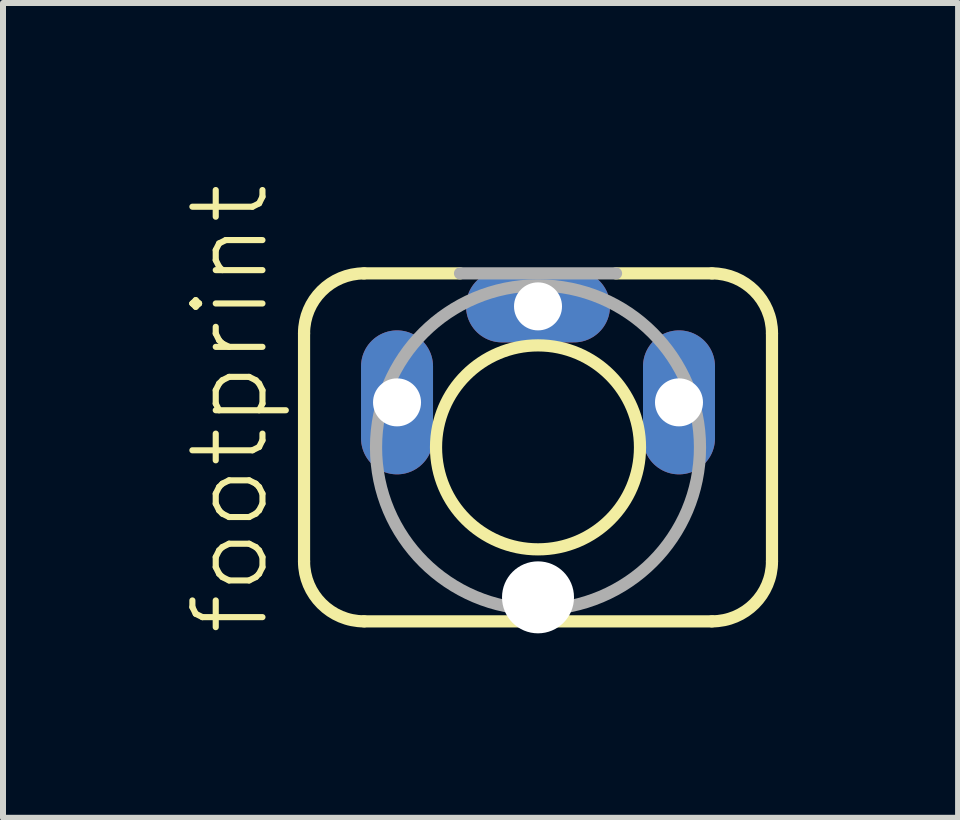
<source format=kicad_pcb>
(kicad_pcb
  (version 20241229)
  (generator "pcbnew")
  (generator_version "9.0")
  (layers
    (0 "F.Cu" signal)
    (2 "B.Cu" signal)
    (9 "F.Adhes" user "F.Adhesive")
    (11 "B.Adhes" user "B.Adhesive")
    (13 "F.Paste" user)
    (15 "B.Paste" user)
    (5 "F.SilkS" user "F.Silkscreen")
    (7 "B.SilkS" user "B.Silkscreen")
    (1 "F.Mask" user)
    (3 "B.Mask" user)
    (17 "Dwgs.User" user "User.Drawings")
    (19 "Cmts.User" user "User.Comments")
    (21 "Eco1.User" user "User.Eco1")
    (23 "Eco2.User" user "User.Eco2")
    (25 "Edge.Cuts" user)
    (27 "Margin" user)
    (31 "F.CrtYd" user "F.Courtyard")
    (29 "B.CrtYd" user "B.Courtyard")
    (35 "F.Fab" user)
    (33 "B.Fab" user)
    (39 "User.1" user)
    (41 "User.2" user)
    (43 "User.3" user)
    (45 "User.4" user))
  (footprint "footprint"
    (layer "F.Cu")
    (at 5.918 4.407)
    (property "Reference" "footprint" (at -4.445 3.175 90) (layer "F.SilkS") (effects (font (size 1.168 1.168) (thickness 0.102)) (justify left bottom)))
    (fp_line (start -3.9 1.9) (end -3.9 -1.9) (stroke (width 0.203) (type solid)) (layer "F.SilkS"))
    (fp_line (start -2.9 -2.9) (end -1.3 -2.9) (stroke (width 0.203) (type solid)) (layer "F.SilkS"))
    (fp_line (start 1.3 -2.9) (end 2.9 -2.9) (stroke (width 0.203) (type solid)) (layer "F.SilkS"))
    (fp_line (start 2.9 2.9) (end -2.9 2.9) (stroke (width 0.203) (type solid)) (layer "F.SilkS"))
    (fp_line (start 3.9 -1.9) (end 3.9 1.9) (stroke (width 0.203) (type solid)) (layer "F.SilkS"))
    (fp_arc (start -3.9 -1.9) (mid -3.607107 -2.607107) (end -2.9 -2.9) (stroke (width 0.2032) (type solid)) (layer "F.SilkS"))
    (fp_arc (start -2.9 2.9) (mid -3.607107 2.607107) (end -3.9 1.9) (stroke (width 0.2032) (type solid)) (layer "F.SilkS"))
    (fp_arc (start 2.9 -2.9) (mid 3.607107 -2.607107) (end 3.9 -1.9) (stroke (width 0.2032) (type solid)) (layer "F.SilkS"))
    (fp_arc (start 3.9 1.9) (mid 3.607107 2.607107) (end 2.9 2.9) (stroke (width 0.2032) (type solid)) (layer "F.SilkS"))
    (fp_circle (center 0 0) (end 1.7 0) (stroke (width 0.203) (type solid)) (fill no) (layer "F.SilkS"))
    (fp_line (start -1.3 -2.9) (end 1.3 -2.9) (stroke (width 0.203) (type solid)) (layer "F.Fab"))
    (fp_circle (center 0 0) (end 2.7 0) (stroke (width 0.203) (type solid)) (fill no) (layer "F.Fab"))
    (pad "" np_thru_hole circle (at 0 2.5) (size 1.2 1.2) (drill 1.2) (layers "*.Cu" "*.Mask"))
    (pad "1" thru_hole oval (at 0 -2.35) (size 2.4 1.2) (drill 0.8) (layers "*.Cu" "*.Mask"))
    (pad "2" thru_hole oval (at -2.35 -0.75 90) (size 2.4 1.2) (drill 0.8) (layers "*.Cu" "*.Mask"))
    (pad "3" thru_hole oval (at 2.35 -0.75 90) (size 2.4 1.2) (drill 0.8) (layers "*.Cu" "*.Mask")))
  (gr_rect
    (start -3 -3)
    (end 12.92 10.582)
    (stroke (width 0.1) (type default))
    (fill no)
    (layer "Edge.Cuts")))
</source>
